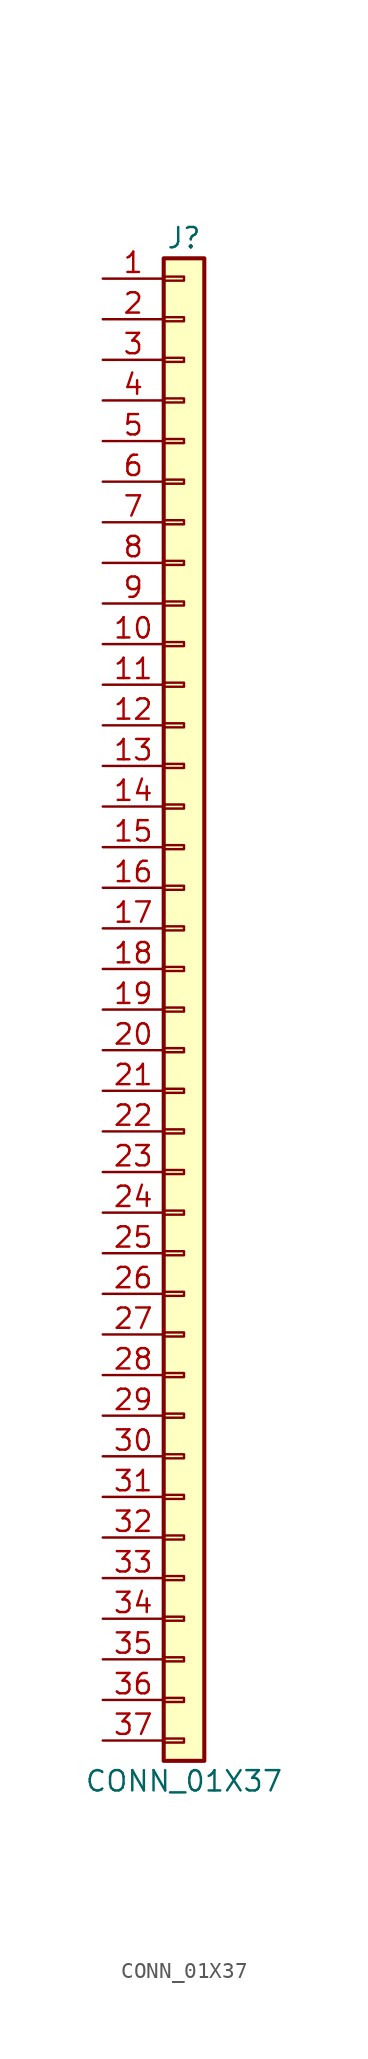
<source format=kicad_sym>
(kicad_symbol_lib
  (version 20211014)
  (generator kicad_symbol_editor)
  (symbol "CONN_01X37"
    (pin_names
      (offset 1.016) hide)
    (property "Reference" "J"
      (at 0 48.26 0)
      (effects (font (size 1.27 1.27))))
    (property "Value" "CONN_01X37"
      (at 0 -48.26 0)
      (effects (font (size 1.27 1.27))))
    (symbol "CONN_01X37_1_1"
      (rectangle (start -1.27 -45.593) (end 0 -45.847) (stroke (width 0.152) (type default) (color 0 0 0 0)) (fill (type none)))
      (rectangle (start -1.27 -43.053) (end 0 -43.307) (stroke (width 0.152) (type default) (color 0 0 0 0)) (fill (type none)))
      (rectangle (start -1.27 -40.513) (end 0 -40.767) (stroke (width 0.152) (type default) (color 0 0 0 0)) (fill (type none)))
      (rectangle (start -1.27 -37.973) (end 0 -38.227) (stroke (width 0.152) (type default) (color 0 0 0 0)) (fill (type none)))
      (rectangle (start -1.27 -35.433) (end 0 -35.687) (stroke (width 0.152) (type default) (color 0 0 0 0)) (fill (type none)))
      (rectangle (start -1.27 -32.893) (end 0 -33.147) (stroke (width 0.152) (type default) (color 0 0 0 0)) (fill (type none)))
      (rectangle (start -1.27 -30.353) (end 0 -30.607) (stroke (width 0.152) (type default) (color 0 0 0 0)) (fill (type none)))
      (rectangle (start -1.27 -27.813) (end 0 -28.067) (stroke (width 0.152) (type default) (color 0 0 0 0)) (fill (type none)))
      (rectangle (start -1.27 -25.273) (end 0 -25.527) (stroke (width 0.152) (type default) (color 0 0 0 0)) (fill (type none)))
      (rectangle (start -1.27 -22.733) (end 0 -22.987) (stroke (width 0.152) (type default) (color 0 0 0 0)) (fill (type none)))
      (rectangle (start -1.27 -20.193) (end 0 -20.447) (stroke (width 0.152) (type default) (color 0 0 0 0)) (fill (type none)))
      (rectangle (start -1.27 -17.653) (end 0 -17.907) (stroke (width 0.152) (type default) (color 0 0 0 0)) (fill (type none)))
      (rectangle (start -1.27 -15.113) (end 0 -15.367) (stroke (width 0.152) (type default) (color 0 0 0 0)) (fill (type none)))
      (rectangle (start -1.27 -12.573) (end 0 -12.827) (stroke (width 0.152) (type default) (color 0 0 0 0)) (fill (type none)))
      (rectangle (start -1.27 -10.033) (end 0 -10.287) (stroke (width 0.152) (type default) (color 0 0 0 0)) (fill (type none)))
      (rectangle (start -1.27 -7.493) (end 0 -7.747) (stroke (width 0.152) (type default) (color 0 0 0 0)) (fill (type none)))
      (rectangle (start -1.27 -4.953) (end 0 -5.207) (stroke (width 0.152) (type default) (color 0 0 0 0)) (fill (type none)))
      (rectangle (start -1.27 -2.413) (end 0 -2.667) (stroke (width 0.152) (type default) (color 0 0 0 0)) (fill (type none)))
      (rectangle (start -1.27 0.127) (end 0 -0.127) (stroke (width 0.152) (type default) (color 0 0 0 0)) (fill (type none)))
      (rectangle (start -1.27 2.667) (end 0 2.413) (stroke (width 0.152) (type default) (color 0 0 0 0)) (fill (type none)))
      (rectangle (start -1.27 5.207) (end 0 4.953) (stroke (width 0.152) (type default) (color 0 0 0 0)) (fill (type none)))
      (rectangle (start -1.27 7.747) (end 0 7.493) (stroke (width 0.152) (type default) (color 0 0 0 0)) (fill (type none)))
      (rectangle (start -1.27 10.287) (end 0 10.033) (stroke (width 0.152) (type default) (color 0 0 0 0)) (fill (type none)))
      (rectangle (start -1.27 12.827) (end 0 12.573) (stroke (width 0.152) (type default) (color 0 0 0 0)) (fill (type none)))
      (rectangle (start -1.27 15.367) (end 0 15.113) (stroke (width 0.152) (type default) (color 0 0 0 0)) (fill (type none)))
      (rectangle (start -1.27 17.907) (end 0 17.653) (stroke (width 0.152) (type default) (color 0 0 0 0)) (fill (type none)))
      (rectangle (start -1.27 20.447) (end 0 20.193) (stroke (width 0.152) (type default) (color 0 0 0 0)) (fill (type none)))
      (rectangle (start -1.27 22.987) (end 0 22.733) (stroke (width 0.152) (type default) (color 0 0 0 0)) (fill (type none)))
      (rectangle (start -1.27 25.527) (end 0 25.273) (stroke (width 0.152) (type default) (color 0 0 0 0)) (fill (type none)))
      (rectangle (start -1.27 28.067) (end 0 27.813) (stroke (width 0.152) (type default) (color 0 0 0 0)) (fill (type none)))
      (rectangle (start -1.27 30.607) (end 0 30.353) (stroke (width 0.152) (type default) (color 0 0 0 0)) (fill (type none)))
      (rectangle (start -1.27 33.147) (end 0 32.893) (stroke (width 0.152) (type default) (color 0 0 0 0)) (fill (type none)))
      (rectangle (start -1.27 35.687) (end 0 35.433) (stroke (width 0.152) (type default) (color 0 0 0 0)) (fill (type none)))
      (rectangle (start -1.27 38.227) (end 0 37.973) (stroke (width 0.152) (type default) (color 0 0 0 0)) (fill (type none)))
      (rectangle (start -1.27 40.767) (end 0 40.513) (stroke (width 0.152) (type default) (color 0 0 0 0)) (fill (type none)))
      (rectangle (start -1.27 43.307) (end 0 43.053) (stroke (width 0.152) (type default) (color 0 0 0 0)) (fill (type none)))
      (rectangle (start -1.27 45.847) (end 0 45.593) (stroke (width 0.152) (type default) (color 0 0 0 0)) (fill (type none)))
      (rectangle (start -1.27 46.99) (end 1.27 -46.99) (stroke (width 0.254) (type default) (color 0 0 0 0)) (fill (type background)))
      (pin passive line (at -5.08 45.72 0) (length 3.81) (name "Pin_1" (effects (font (size 1.27 1.27)))) (number "1" (effects (font (size 1.27 1.27)))))
      (pin passive line (at -5.08 22.86 0) (length 3.81) (name "Pin_10" (effects (font (size 1.27 1.27)))) (number "10" (effects (font (size 1.27 1.27)))))
      (pin passive line (at -5.08 20.32 0) (length 3.81) (name "Pin_11" (effects (font (size 1.27 1.27)))) (number "11" (effects (font (size 1.27 1.27)))))
      (pin passive line (at -5.08 17.78 0) (length 3.81) (name "Pin_12" (effects (font (size 1.27 1.27)))) (number "12" (effects (font (size 1.27 1.27)))))
      (pin passive line (at -5.08 15.24 0) (length 3.81) (name "Pin_13" (effects (font (size 1.27 1.27)))) (number "13" (effects (font (size 1.27 1.27)))))
      (pin passive line (at -5.08 12.7 0) (length 3.81) (name "Pin_14" (effects (font (size 1.27 1.27)))) (number "14" (effects (font (size 1.27 1.27)))))
      (pin passive line (at -5.08 10.16 0) (length 3.81) (name "Pin_15" (effects (font (size 1.27 1.27)))) (number "15" (effects (font (size 1.27 1.27)))))
      (pin passive line (at -5.08 7.62 0) (length 3.81) (name "Pin_16" (effects (font (size 1.27 1.27)))) (number "16" (effects (font (size 1.27 1.27)))))
      (pin passive line (at -5.08 5.08 0) (length 3.81) (name "Pin_17" (effects (font (size 1.27 1.27)))) (number "17" (effects (font (size 1.27 1.27)))))
      (pin passive line (at -5.08 2.54 0) (length 3.81) (name "Pin_18" (effects (font (size 1.27 1.27)))) (number "18" (effects (font (size 1.27 1.27)))))
      (pin passive line (at -5.08 0 0) (length 3.81) (name "Pin_19" (effects (font (size 1.27 1.27)))) (number "19" (effects (font (size 1.27 1.27)))))
      (pin passive line (at -5.08 43.18 0) (length 3.81) (name "Pin_2" (effects (font (size 1.27 1.27)))) (number "2" (effects (font (size 1.27 1.27)))))
      (pin passive line (at -5.08 -2.54 0) (length 3.81) (name "Pin_20" (effects (font (size 1.27 1.27)))) (number "20" (effects (font (size 1.27 1.27)))))
      (pin passive line (at -5.08 -5.08 0) (length 3.81) (name "Pin_21" (effects (font (size 1.27 1.27)))) (number "21" (effects (font (size 1.27 1.27)))))
      (pin passive line (at -5.08 -7.62 0) (length 3.81) (name "Pin_22" (effects (font (size 1.27 1.27)))) (number "22" (effects (font (size 1.27 1.27)))))
      (pin passive line (at -5.08 -10.16 0) (length 3.81) (name "Pin_23" (effects (font (size 1.27 1.27)))) (number "23" (effects (font (size 1.27 1.27)))))
      (pin passive line (at -5.08 -12.7 0) (length 3.81) (name "Pin_24" (effects (font (size 1.27 1.27)))) (number "24" (effects (font (size 1.27 1.27)))))
      (pin passive line (at -5.08 -15.24 0) (length 3.81) (name "Pin_25" (effects (font (size 1.27 1.27)))) (number "25" (effects (font (size 1.27 1.27)))))
      (pin passive line (at -5.08 -17.78 0) (length 3.81) (name "Pin_26" (effects (font (size 1.27 1.27)))) (number "26" (effects (font (size 1.27 1.27)))))
      (pin passive line (at -5.08 -20.32 0) (length 3.81) (name "Pin_27" (effects (font (size 1.27 1.27)))) (number "27" (effects (font (size 1.27 1.27)))))
      (pin passive line (at -5.08 -22.86 0) (length 3.81) (name "Pin_28" (effects (font (size 1.27 1.27)))) (number "28" (effects (font (size 1.27 1.27)))))
      (pin passive line (at -5.08 -25.4 0) (length 3.81) (name "Pin_29" (effects (font (size 1.27 1.27)))) (number "29" (effects (font (size 1.27 1.27)))))
      (pin passive line (at -5.08 40.64 0) (length 3.81) (name "Pin_3" (effects (font (size 1.27 1.27)))) (number "3" (effects (font (size 1.27 1.27)))))
      (pin passive line (at -5.08 -27.94 0) (length 3.81) (name "Pin_30" (effects (font (size 1.27 1.27)))) (number "30" (effects (font (size 1.27 1.27)))))
      (pin passive line (at -5.08 -30.48 0) (length 3.81) (name "Pin_31" (effects (font (size 1.27 1.27)))) (number "31" (effects (font (size 1.27 1.27)))))
      (pin passive line (at -5.08 -33.02 0) (length 3.81) (name "Pin_32" (effects (font (size 1.27 1.27)))) (number "32" (effects (font (size 1.27 1.27)))))
      (pin passive line (at -5.08 -35.56 0) (length 3.81) (name "Pin_33" (effects (font (size 1.27 1.27)))) (number "33" (effects (font (size 1.27 1.27)))))
      (pin passive line (at -5.08 -38.1 0) (length 3.81) (name "Pin_34" (effects (font (size 1.27 1.27)))) (number "34" (effects (font (size 1.27 1.27)))))
      (pin passive line (at -5.08 -40.64 0) (length 3.81) (name "Pin_35" (effects (font (size 1.27 1.27)))) (number "35" (effects (font (size 1.27 1.27)))))
      (pin passive line (at -5.08 -43.18 0) (length 3.81) (name "Pin_36" (effects (font (size 1.27 1.27)))) (number "36" (effects (font (size 1.27 1.27)))))
      (pin passive line (at -5.08 -45.72 0) (length 3.81) (name "Pin_37" (effects (font (size 1.27 1.27)))) (number "37" (effects (font (size 1.27 1.27)))))
      (pin passive line (at -5.08 38.1 0) (length 3.81) (name "Pin_4" (effects (font (size 1.27 1.27)))) (number "4" (effects (font (size 1.27 1.27)))))
      (pin passive line (at -5.08 35.56 0) (length 3.81) (name "Pin_5" (effects (font (size 1.27 1.27)))) (number "5" (effects (font (size 1.27 1.27)))))
      (pin passive line (at -5.08 33.02 0) (length 3.81) (name "Pin_6" (effects (font (size 1.27 1.27)))) (number "6" (effects (font (size 1.27 1.27)))))
      (pin passive line (at -5.08 30.48 0) (length 3.81) (name "Pin_7" (effects (font (size 1.27 1.27)))) (number "7" (effects (font (size 1.27 1.27)))))
      (pin passive line (at -5.08 27.94 0) (length 3.81) (name "Pin_8" (effects (font (size 1.27 1.27)))) (number "8" (effects (font (size 1.27 1.27)))))
      (pin passive line (at -5.08 25.4 0) (length 3.81) (name "Pin_9" (effects (font (size 1.27 1.27)))) (number "9" (effects (font (size 1.27 1.27))))))))
</source>
